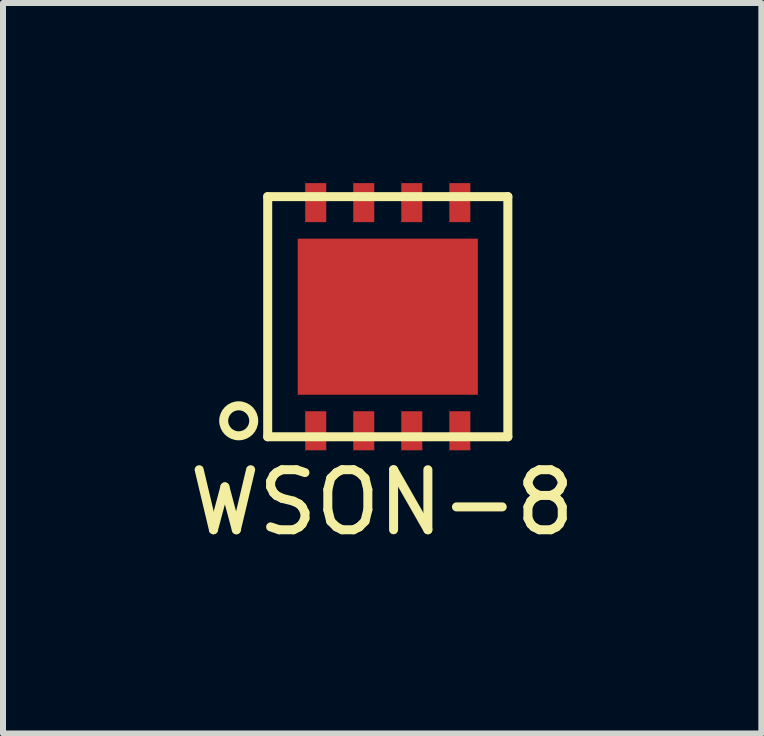
<source format=kicad_pcb>
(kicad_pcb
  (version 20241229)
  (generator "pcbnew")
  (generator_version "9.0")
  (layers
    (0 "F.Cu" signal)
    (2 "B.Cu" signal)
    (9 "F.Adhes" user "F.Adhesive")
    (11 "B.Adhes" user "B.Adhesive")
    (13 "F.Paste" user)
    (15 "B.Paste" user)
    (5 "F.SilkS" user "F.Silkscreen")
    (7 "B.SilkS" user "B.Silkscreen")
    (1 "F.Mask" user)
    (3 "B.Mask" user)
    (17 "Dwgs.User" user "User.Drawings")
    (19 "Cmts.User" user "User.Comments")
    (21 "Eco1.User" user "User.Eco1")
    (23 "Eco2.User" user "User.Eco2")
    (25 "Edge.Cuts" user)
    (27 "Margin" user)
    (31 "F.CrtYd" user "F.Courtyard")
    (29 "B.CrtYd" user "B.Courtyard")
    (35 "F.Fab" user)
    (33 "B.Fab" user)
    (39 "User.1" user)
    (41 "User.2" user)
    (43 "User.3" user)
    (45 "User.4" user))
  (footprint "WSON-8"
    (layer "F.Cu")
    (at 3.409 2.225)
    (property "Reference" "WSON-8" (at -0.094 3.094 0) (layer "F.SilkS") (effects (font (size 1 1) (thickness 0.15))))
    (attr through_hole)
    (fp_line (start -2 -2) (end -2 2) (stroke (width 0.15) (type solid)) (layer "F.SilkS"))
    (fp_line (start -2 -2) (end 2 -2) (stroke (width 0.15) (type solid)) (layer "F.SilkS"))
    (fp_line (start -2 2) (end 2 2) (stroke (width 0.15) (type solid)) (layer "F.SilkS"))
    (fp_line (start 2 -2) (end 2 2) (stroke (width 0.15) (type solid)) (layer "F.SilkS"))
    (fp_circle (center -2.483 1.734) (end -2.733 1.734) (stroke (width 0.15) (type solid)) (fill no) (layer "F.SilkS"))
    (pad "1" smd rect (at -1.2 1.9) (size 0.35 0.65) (layers "F.Cu" "F.Mask" "F.Paste"))
    (pad "2" smd rect (at -0.4 1.9) (size 0.35 0.65) (layers "F.Cu" "F.Mask" "F.Paste"))
    (pad "3" smd rect (at 0.4 1.9) (size 0.35 0.65) (layers "F.Cu" "F.Mask" "F.Paste"))
    (pad "4" smd rect (at 1.2 1.9) (size 0.35 0.65) (layers "F.Cu" "F.Mask" "F.Paste"))
    (pad "5" smd rect (at 1.2 -1.9) (size 0.35 0.65) (layers "F.Cu" "F.Mask" "F.Paste"))
    (pad "6" smd rect (at 0.4 -1.9) (size 0.35 0.65) (layers "F.Cu" "F.Mask" "F.Paste"))
    (pad "7" smd rect (at -0.4 -1.9) (size 0.35 0.65) (layers "F.Cu" "F.Mask" "F.Paste"))
    (pad "7" smd rect (at 0 0) (size 3 2.6) (layers "F.Cu" "F.Mask" "F.Paste"))
    (pad "8" smd rect (at -1.2 -1.9) (size 0.35 0.65) (layers "F.Cu" "F.Mask" "F.Paste")))
  (gr_rect
    (start -3 -3)
    (end 9.631 9.167)
    (stroke (width 0.1) (type default))
    (fill no)
    (layer "Edge.Cuts")))
</source>
